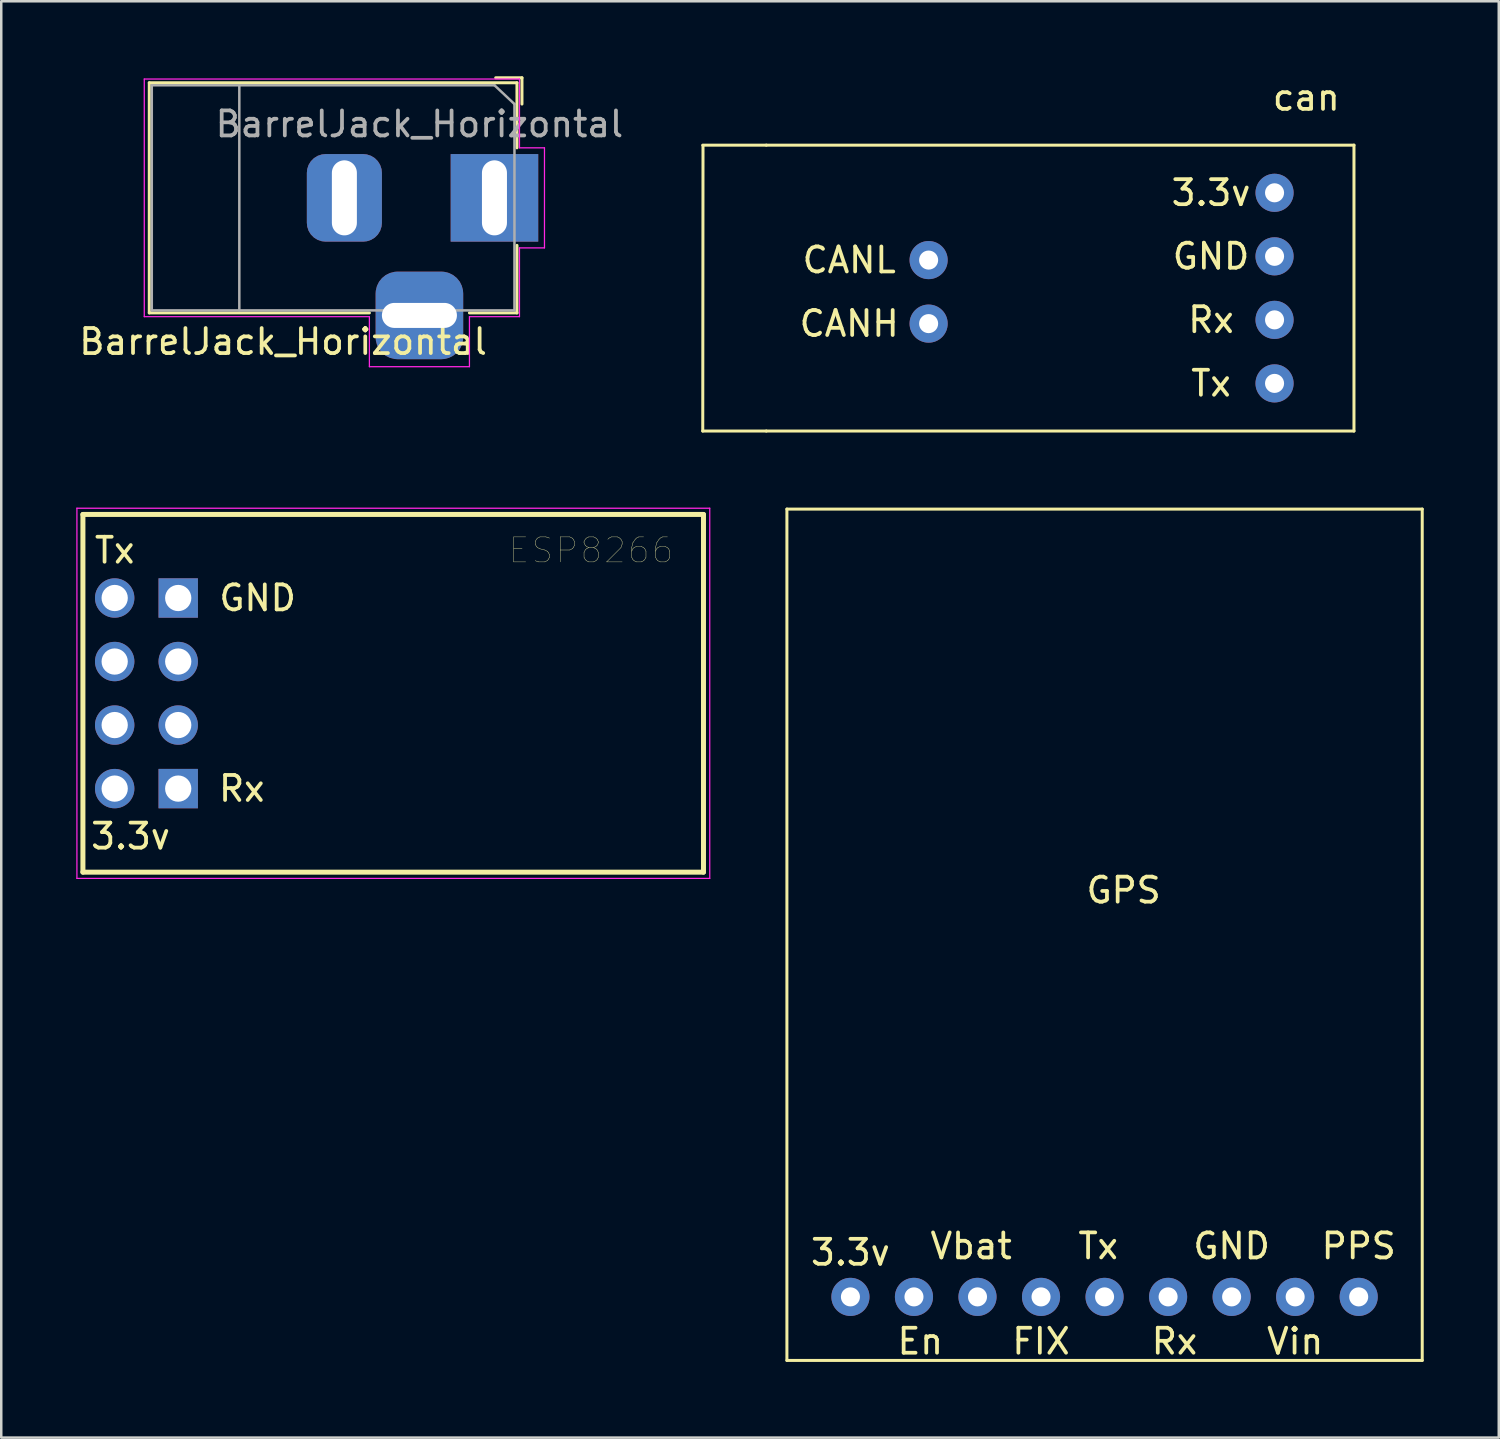
<source format=kicad_pcb>
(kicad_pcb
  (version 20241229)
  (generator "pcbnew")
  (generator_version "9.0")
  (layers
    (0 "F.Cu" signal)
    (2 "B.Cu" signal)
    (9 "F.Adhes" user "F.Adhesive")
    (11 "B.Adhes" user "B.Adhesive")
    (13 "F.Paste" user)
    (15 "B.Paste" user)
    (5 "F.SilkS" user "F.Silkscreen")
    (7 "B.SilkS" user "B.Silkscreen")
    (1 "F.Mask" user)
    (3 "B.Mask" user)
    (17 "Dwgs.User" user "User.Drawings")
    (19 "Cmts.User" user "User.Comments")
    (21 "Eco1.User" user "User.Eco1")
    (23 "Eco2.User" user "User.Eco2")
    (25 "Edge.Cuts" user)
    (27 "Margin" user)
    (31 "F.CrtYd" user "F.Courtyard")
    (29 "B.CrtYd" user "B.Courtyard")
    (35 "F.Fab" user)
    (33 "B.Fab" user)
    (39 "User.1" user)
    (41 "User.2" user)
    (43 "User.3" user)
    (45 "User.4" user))
  (footprint "GPS"
    (layer "F.Cu")
    (at 41.364 36.099)
    (property "Reference" "GPS" (at 0.508 -3.556 0) (layer "F.SilkS") (effects (font (size 1 1) (thickness 0.15))))
    (attr through_hole)
    (fp_line (start -12.954 -18.796) (end 12.446 -18.796) (stroke (width 0.12) (type solid)) (layer "F.SilkS"))
    (fp_line (start -12.954 15.24) (end -12.954 -18.796) (stroke (width 0.12) (type solid)) (layer "F.SilkS"))
    (fp_line (start -12.954 15.24) (end 12.446 15.24) (stroke (width 0.12) (type solid)) (layer "F.SilkS"))
    (fp_line (start 12.446 15.24) (end 12.446 -18.796) (stroke (width 0.12) (type solid)) (layer "F.SilkS"))
    (fp_text user "FIX" (at -2.794 14.478 0) (layer "F.SilkS") (effects (font (size 1 1) (thickness 0.15))))
    (fp_text user "Tx" (at -0.508 10.668 0) (layer "F.SilkS") (effects (font (size 1 1) (thickness 0.15))))
    (fp_text user "Rx" (at 2.54 14.478 0) (layer "F.SilkS") (effects (font (size 1 1) (thickness 0.15))))
    (fp_text user "Vin" (at 7.366 14.478 0) (layer "F.SilkS") (effects (font (size 1 1) (thickness 0.15))))
    (fp_text user "Vbat" (at -5.588 10.668 0) (layer "F.SilkS") (effects (font (size 1 1) (thickness 0.15))))
    (fp_text user "PPS" (at 9.906 10.668 0) (layer "F.SilkS") (effects (font (size 1 1) (thickness 0.15))))
    (fp_text user "3.3v" (at -10.414 10.922 0) (layer "F.SilkS") (effects (font (size 1 1) (thickness 0.15))))
    (fp_text user "En" (at -7.62 14.478 0) (layer "F.SilkS") (effects (font (size 1 1) (thickness 0.15))))
    (fp_text user "GND" (at 4.826 10.668 0) (layer "F.SilkS") (effects (font (size 1 1) (thickness 0.15))))
    (pad "0" thru_hole circle (at -10.414 12.7) (size 1.524 1.524) (drill 0.762) (layers "*.Cu" "*.Mask"))
    (pad "1" thru_hole circle (at -7.874 12.7) (size 1.524 1.524) (drill 0.762) (layers "*.Cu" "*.Mask"))
    (pad "2" thru_hole circle (at -5.334 12.7) (size 1.524 1.524) (drill 0.762) (layers "*.Cu" "*.Mask"))
    (pad "3" thru_hole circle (at -2.794 12.7) (size 1.524 1.524) (drill 0.762) (layers "*.Cu" "*.Mask"))
    (pad "4" thru_hole circle (at -0.254 12.7) (size 1.524 1.524) (drill 0.762) (layers "*.Cu" "*.Mask"))
    (pad "5" thru_hole circle (at 2.286 12.7) (size 1.524 1.524) (drill 0.762) (layers "*.Cu" "*.Mask"))
    (pad "6" thru_hole circle (at 4.826 12.7) (size 1.524 1.524) (drill 0.762) (layers "*.Cu" "*.Mask"))
    (pad "7" thru_hole circle (at 7.366 12.7) (size 1.524 1.524) (drill 0.762) (layers "*.Cu" "*.Mask"))
    (pad "8" thru_hole circle (at 9.906 12.7) (size 1.524 1.524) (drill 0.762) (layers "*.Cu" "*.Mask")))
  (footprint "can"
    (layer "F.Cu")
    (at 38.381 8.468)
    (property "Reference" "can" (at 10.795 -7.62 180) (layer "F.SilkS") (effects (font (size 1 1) (thickness 0.15))))
    (attr through_hole)
    (fp_line (start -13.335 5.715) (end -10.795 5.715) (stroke (width 0.12) (type solid)) (layer "F.SilkS"))
    (fp_line (start -13.325 -5.705) (end -13.335 5.715) (stroke (width 0.12) (type solid)) (layer "F.SilkS"))
    (fp_line (start -10.795 -5.715) (end -13.335 -5.715) (stroke (width 0.12) (type solid)) (layer "F.SilkS"))
    (fp_line (start -10.795 -5.715) (end 12.7 -5.715) (stroke (width 0.12) (type solid)) (layer "F.SilkS"))
    (fp_line (start 12.7 -5.715) (end 12.7 5.715) (stroke (width 0.12) (type solid)) (layer "F.SilkS"))
    (fp_line (start 12.7 5.715) (end -10.795 5.715) (stroke (width 0.12) (type solid)) (layer "F.SilkS"))
    (fp_text user "CANH" (at -7.48 1.42 180) (layer "F.SilkS") (effects (font (size 1 1) (thickness 0.15))))
    (fp_text user "Tx" (at 6.985 3.81 180) (layer "F.SilkS") (effects (font (size 1 1) (thickness 0.15))))
    (fp_text user "3.3v" (at 6.985 -3.81 180) (layer "F.SilkS") (effects (font (size 1 1) (thickness 0.15))))
    (fp_text user "CANL" (at -7.48 -1.12 180) (layer "F.SilkS") (effects (font (size 1 1) (thickness 0.15))))
    (fp_text user "GND" (at 6.985 -1.27 180) (layer "F.SilkS") (effects (font (size 1 1) (thickness 0.15))))
    (fp_text user "Rx" (at 6.985 1.27 180) (layer "F.SilkS") (effects (font (size 1 1) (thickness 0.15))))
    (pad "0" thru_hole circle (at 9.525 3.81 180) (size 1.524 1.524) (drill 0.762) (layers "*.Cu" "*.Mask"))
    (pad "1" thru_hole circle (at 9.525 1.27 180) (size 1.524 1.524) (drill 0.762) (layers "*.Cu" "*.Mask"))
    (pad "2" thru_hole circle (at 9.525 -1.27 180) (size 1.524 1.524) (drill 0.762) (layers "*.Cu" "*.Mask"))
    (pad "3" thru_hole circle (at 9.525 -3.81 180) (size 1.524 1.524) (drill 0.762) (layers "*.Cu" "*.Mask"))
    (pad "4" thru_hole circle (at -4.305 -1.12 180) (size 1.524 1.524) (drill 0.762) (layers "*.Cu" "*.Mask"))
    (pad "5" thru_hole circle (at -4.305 1.42 180) (size 1.524 1.524) (drill 0.762) (layers "*.Cu" "*.Mask")))
  (footprint "BarrelJack_Horizontal"
    (layer "F.Cu")
    (at 16.718 4.86)
    (property "Reference" "BarrelJack_Horizontal" (at -8.45 5.75 0) (layer "F.SilkS") (effects (font (size 1 1) (thickness 0.15))))
    (attr through_hole)
    (fp_line (start -13.8 -4.6) (end 0.9 -4.6) (stroke (width 0.12) (type solid)) (layer "F.SilkS"))
    (fp_line (start -13.8 4.6) (end -13.8 -4.6) (stroke (width 0.12) (type solid)) (layer "F.SilkS"))
    (fp_line (start -5 4.6) (end -13.8 4.6) (stroke (width 0.12) (type solid)) (layer "F.SilkS"))
    (fp_line (start 0.05 -4.8) (end 1.1 -4.8) (stroke (width 0.12) (type solid)) (layer "F.SilkS"))
    (fp_line (start 0.9 -4.6) (end 0.9 -2) (stroke (width 0.12) (type solid)) (layer "F.SilkS"))
    (fp_line (start 0.9 1.9) (end 0.9 4.6) (stroke (width 0.12) (type solid)) (layer "F.SilkS"))
    (fp_line (start 0.9 4.6) (end -1 4.6) (stroke (width 0.12) (type solid)) (layer "F.SilkS"))
    (fp_line (start 1.1 -3.75) (end 1.1 -4.8) (stroke (width 0.12) (type solid)) (layer "F.SilkS"))
    (fp_line (start -14 4.75) (end -14 -4.75) (stroke (width 0.05) (type solid)) (layer "F.CrtYd"))
    (fp_line (start -5 4.75) (end -14 4.75) (stroke (width 0.05) (type solid)) (layer "F.CrtYd"))
    (fp_line (start -5 6.75) (end -5 4.75) (stroke (width 0.05) (type solid)) (layer "F.CrtYd"))
    (fp_line (start -1 4.75) (end -1 6.75) (stroke (width 0.05) (type solid)) (layer "F.CrtYd"))
    (fp_line (start -1 6.75) (end -5 6.75) (stroke (width 0.05) (type solid)) (layer "F.CrtYd"))
    (fp_line (start 1 -4.75) (end -14 -4.75) (stroke (width 0.05) (type solid)) (layer "F.CrtYd"))
    (fp_line (start 1 -4.5) (end 1 -4.75) (stroke (width 0.05) (type solid)) (layer "F.CrtYd"))
    (fp_line (start 1 -4.5) (end 1 -2) (stroke (width 0.05) (type solid)) (layer "F.CrtYd"))
    (fp_line (start 1 -2) (end 2 -2) (stroke (width 0.05) (type solid)) (layer "F.CrtYd"))
    (fp_line (start 1 2) (end 1 4.75) (stroke (width 0.05) (type solid)) (layer "F.CrtYd"))
    (fp_line (start 1 4.75) (end -1 4.75) (stroke (width 0.05) (type solid)) (layer "F.CrtYd"))
    (fp_line (start 2 -2) (end 2 2) (stroke (width 0.05) (type solid)) (layer "F.CrtYd"))
    (fp_line (start 2 2) (end 1 2) (stroke (width 0.05) (type solid)) (layer "F.CrtYd"))
    (fp_line (start -13.7 -4.5) (end -13.7 4.5) (stroke (width 0.1) (type solid)) (layer "F.Fab"))
    (fp_line (start -13.7 4.5) (end 0.8 4.5) (stroke (width 0.1) (type solid)) (layer "F.Fab"))
    (fp_line (start -10.2 -4.5) (end -10.2 4.5) (stroke (width 0.1) (type solid)) (layer "F.Fab"))
    (fp_line (start -0.003 -4.505) (end 0.8 -3.75) (stroke (width 0.1) (type solid)) (layer "F.Fab"))
    (fp_line (start 0 -4.5) (end -13.7 -4.5) (stroke (width 0.1) (type solid)) (layer "F.Fab"))
    (fp_line (start 0.8 4.5) (end 0.8 -3.75) (stroke (width 0.1) (type solid)) (layer "F.Fab"))
    (fp_text user "${REFERENCE}" (at -3 -2.95 0) (layer "F.Fab") (effects (font (size 1 1) (thickness 0.15))))
    (pad "1" thru_hole rect (at 0 0) (size 3.5 3.5) (drill oval 1 3) (layers "*.Cu" "*.Mask"))
    (pad "2" thru_hole roundrect (at -6 0) (size 3 3.5) (drill oval 1 3) (layers "*.Cu" "*.Mask") (roundrect_rratio 0.25))
    (pad "2" thru_hole roundrect (at -3 4.7) (size 3.5 3.5) (drill oval 3 1) (layers "*.Cu" "*.Mask") (roundrect_rratio 0.25)))
  (footprint "ESP8266"
    (layer "F.Cu")
    (at 11.06 24.668)
    (property "Reference" "ESP8266" (at 9.525 -5.715 0) (layer "F.SilkS") (effects (font (size 1 1) (thickness 0.015))))
    (attr through_hole)
    (fp_line (start -10.795 -7.15) (end 14.015 -7.15) (stroke (width 0.2) (type solid)) (layer "F.SilkS"))
    (fp_line (start -10.795 7.15) (end -10.795 -7.15) (stroke (width 0.2) (type solid)) (layer "F.SilkS"))
    (fp_line (start 14.015 -7.15) (end 14.015 7.15) (stroke (width 0.2) (type solid)) (layer "F.SilkS"))
    (fp_line (start 14.015 7.15) (end -10.795 7.15) (stroke (width 0.2) (type solid)) (layer "F.SilkS"))
    (fp_line (start -11.035 -7.4) (end 14.265 -7.4) (stroke (width 0.05) (type solid)) (layer "F.CrtYd"))
    (fp_line (start -11.035 7.4) (end -11.035 -7.4) (stroke (width 0.05) (type solid)) (layer "F.CrtYd"))
    (fp_line (start 14.265 -7.4) (end 14.265 7.4) (stroke (width 0.05) (type solid)) (layer "F.CrtYd"))
    (fp_line (start 14.265 7.4) (end -11.035 7.4) (stroke (width 0.05) (type solid)) (layer "F.CrtYd"))
    (fp_text user "3.3v" (at -8.89 5.715 0) (layer "F.SilkS") (effects (font (size 1 1) (thickness 0.15))))
    (fp_text user "Tx" (at -9.525 -5.715 0) (layer "F.SilkS") (effects (font (size 1 1) (thickness 0.15))))
    (fp_text user "Rx" (at -4.445 3.81 0) (layer "F.SilkS") (effects (font (size 1 1) (thickness 0.15))))
    (fp_text user "GND" (at -3.81 -3.81 0) (layer "F.SilkS") (effects (font (size 1 1) (thickness 0.15))))
    (pad "0" thru_hole rect (at -6.985 3.81) (size 1.575 1.575) (drill 1.05) (layers "*.Cu" "*.Mask"))
    (pad "1" thru_hole circle (at -6.985 1.27) (size 1.575 1.575) (drill 1.05) (layers "*.Cu" "*.Mask"))
    (pad "2" thru_hole circle (at -6.985 -1.27) (size 1.575 1.575) (drill 1.05) (layers "*.Cu" "*.Mask"))
    (pad "3" thru_hole rect (at -6.985 -3.81) (size 1.575 1.575) (drill 1.05) (layers "*.Cu" "*.Mask"))
    (pad "4" thru_hole circle (at -9.525 -3.81) (size 1.575 1.575) (drill 1.05) (layers "*.Cu" "*.Mask"))
    (pad "5" thru_hole circle (at -9.525 -1.27) (size 1.575 1.575) (drill 1.05) (layers "*.Cu" "*.Mask"))
    (pad "6" thru_hole circle (at -9.525 1.27) (size 1.575 1.575) (drill 1.05) (layers "*.Cu" "*.Mask"))
    (pad "7" thru_hole circle (at -9.525 3.81) (size 1.575 1.575) (drill 1.05) (layers "*.Cu" "*.Mask")))
  (gr_rect
    (start -3 -3)
    (end 56.87 54.425)
    (stroke (width 0.1) (type default))
    (fill no)
    (layer "Edge.Cuts")))
</source>
